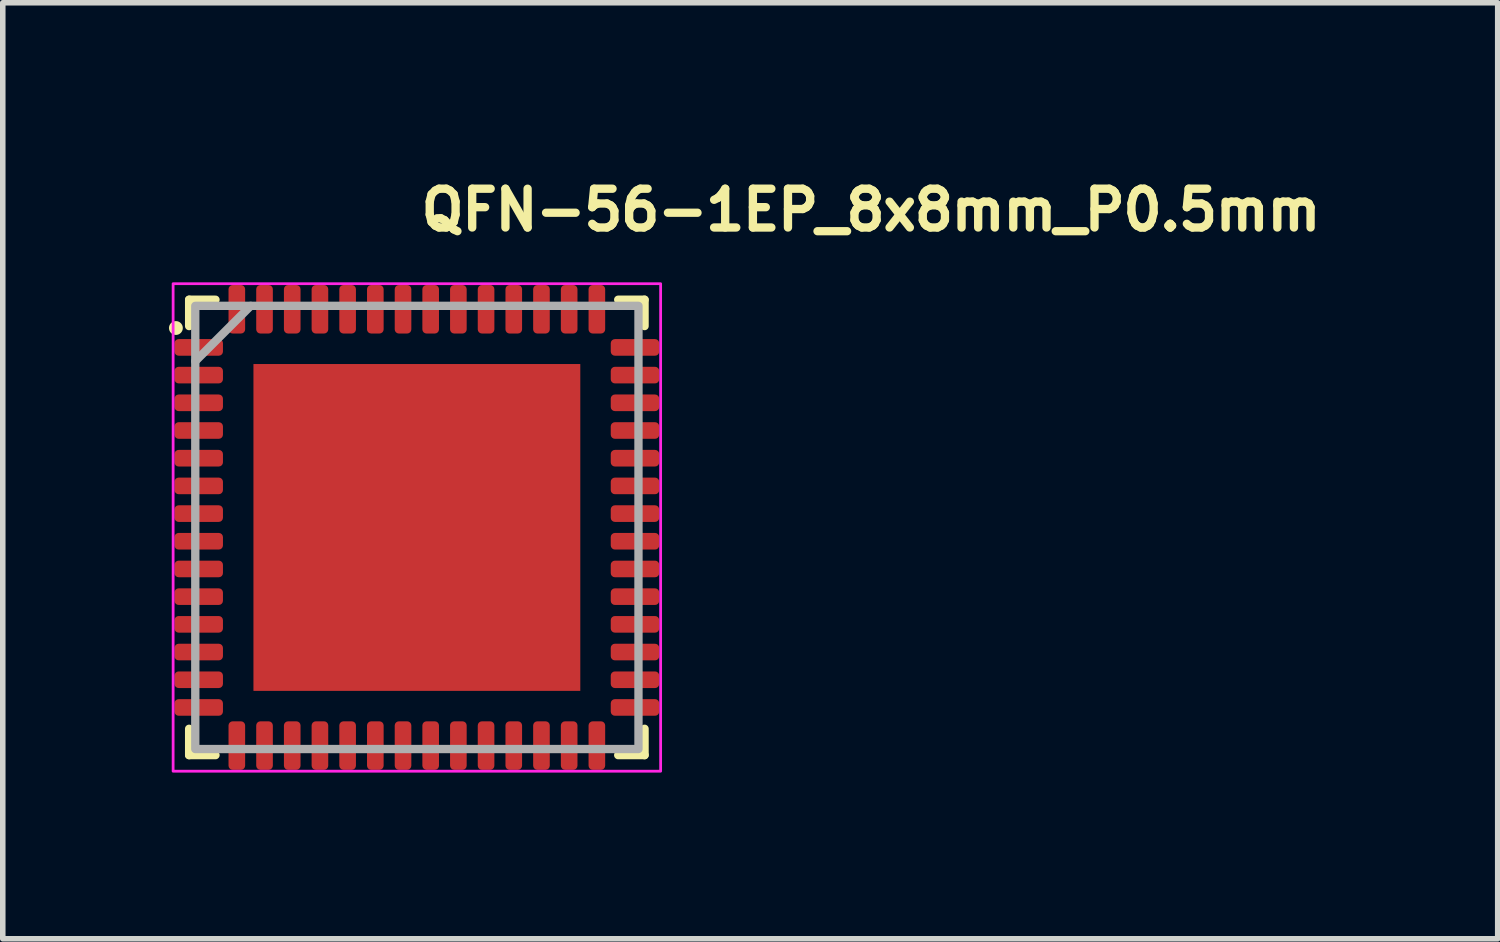
<source format=kicad_pcb>
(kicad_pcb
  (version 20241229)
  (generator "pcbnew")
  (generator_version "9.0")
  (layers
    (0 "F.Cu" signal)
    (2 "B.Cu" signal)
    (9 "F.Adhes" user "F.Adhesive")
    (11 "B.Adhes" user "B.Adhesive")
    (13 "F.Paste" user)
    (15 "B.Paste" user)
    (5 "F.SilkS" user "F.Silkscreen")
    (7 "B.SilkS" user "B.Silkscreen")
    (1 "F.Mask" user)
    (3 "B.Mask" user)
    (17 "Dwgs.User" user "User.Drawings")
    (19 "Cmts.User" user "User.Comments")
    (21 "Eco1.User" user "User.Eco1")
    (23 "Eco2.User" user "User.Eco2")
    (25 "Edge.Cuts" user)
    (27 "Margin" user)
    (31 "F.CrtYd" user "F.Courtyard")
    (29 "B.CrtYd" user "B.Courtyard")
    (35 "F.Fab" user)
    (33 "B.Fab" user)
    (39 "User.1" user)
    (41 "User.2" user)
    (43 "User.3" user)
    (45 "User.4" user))
  (footprint "QFN-56-1EP_8x8mm_P0.5mm"
    (layer "F.Cu")
    (at 4.475 6.471)
    (property "Reference" "QFN-56-1EP_8x8mm_P0.5mm" (at 0 -5.321 0) (layer "F.SilkS") (effects (font (size 0.7 0.7) (thickness 0.15)) (justify left bottom)))
    (attr smd)
    (fp_line (start -4.111 -3.635) (end -4.111 -4.111) (stroke (width 0.15) (type solid)) (layer "F.SilkS"))
    (fp_line (start -4.111 4.11) (end -4.111 3.634) (stroke (width 0.15) (type solid)) (layer "F.SilkS"))
    (fp_line (start -3.635 -4.111) (end -4.111 -4.111) (stroke (width 0.15) (type solid)) (layer "F.SilkS"))
    (fp_line (start -3.635 4.11) (end -4.111 4.11) (stroke (width 0.15) (type solid)) (layer "F.SilkS"))
    (fp_line (start 3.634 -4.111) (end 4.11 -4.111) (stroke (width 0.15) (type solid)) (layer "F.SilkS"))
    (fp_line (start 3.634 4.11) (end 4.11 4.11) (stroke (width 0.15) (type solid)) (layer "F.SilkS"))
    (fp_line (start 4.11 -4.111) (end 4.11 -3.635) (stroke (width 0.15) (type solid)) (layer "F.SilkS"))
    (fp_line (start 4.11 4.11) (end 4.11 3.634) (stroke (width 0.15) (type solid)) (layer "F.SilkS"))
    (fp_circle (center -4.35 -3.6) (end -4.3 -3.6) (stroke (width 0.15) (type solid)) (fill yes) (layer "F.SilkS"))
    (fp_rect (start 4.4 4.4) (end -4.4 -4.4) (stroke (width 0.05) (type solid)) (fill no) (layer "F.CrtYd"))
    (fp_line (start -4 -3) (end -3 -4) (stroke (width 0.15) (type solid)) (layer "F.Fab"))
    (fp_rect (start 4 4) (end -4 -4) (stroke (width 0.15) (type solid)) (fill no) (layer "F.Fab"))
    (fp_rect (start -4.05 -4.05) (end 4.05 4.05) (stroke (width 0.15) (type solid)) (fill no) (layer "User.5"))
    (fp_line (start -4.05 -3.375) (end -4 -3.375) (stroke (width 0.01) (type solid)) (layer "User.9"))
    (fp_line (start -4.05 -3.125) (end -4.05 -3.375) (stroke (width 0.01) (type solid)) (layer "User.9"))
    (fp_line (start -4.05 -3.125) (end -4 -3.125) (stroke (width 0.01) (type solid)) (layer "User.9"))
    (fp_line (start -4.05 -2.875) (end -4 -2.875) (stroke (width 0.01) (type solid)) (layer "User.9"))
    (fp_line (start -4.05 -2.625) (end -4.05 -2.875) (stroke (width 0.01) (type solid)) (layer "User.9"))
    (fp_line (start -4.05 -2.625) (end -4 -2.625) (stroke (width 0.01) (type solid)) (layer "User.9"))
    (fp_line (start -4.05 -2.375) (end -4 -2.375) (stroke (width 0.01) (type solid)) (layer "User.9"))
    (fp_line (start -4.05 -2.125) (end -4.05 -2.375) (stroke (width 0.01) (type solid)) (layer "User.9"))
    (fp_line (start -4.05 -2.125) (end -4 -2.125) (stroke (width 0.01) (type solid)) (layer "User.9"))
    (fp_line (start -4.05 -1.875) (end -4 -1.875) (stroke (width 0.01) (type solid)) (layer "User.9"))
    (fp_line (start -4.05 -1.625) (end -4.05 -1.875) (stroke (width 0.01) (type solid)) (layer "User.9"))
    (fp_line (start -4.05 -1.625) (end -4 -1.625) (stroke (width 0.01) (type solid)) (layer "User.9"))
    (fp_line (start -4.05 -1.375) (end -4 -1.375) (stroke (width 0.01) (type solid)) (layer "User.9"))
    (fp_line (start -4.05 -1.125) (end -4.05 -1.375) (stroke (width 0.01) (type solid)) (layer "User.9"))
    (fp_line (start -4.05 -1.125) (end -4 -1.125) (stroke (width 0.01) (type solid)) (layer "User.9"))
    (fp_line (start -4.05 -0.875) (end -4 -0.875) (stroke (width 0.01) (type solid)) (layer "User.9"))
    (fp_line (start -4.05 -0.625) (end -4.05 -0.875) (stroke (width 0.01) (type solid)) (layer "User.9"))
    (fp_line (start -4.05 -0.625) (end -4 -0.625) (stroke (width 0.01) (type solid)) (layer "User.9"))
    (fp_line (start -4.05 -0.375) (end -4 -0.375) (stroke (width 0.01) (type solid)) (layer "User.9"))
    (fp_line (start -4.05 -0.125) (end -4.05 -0.375) (stroke (width 0.01) (type solid)) (layer "User.9"))
    (fp_line (start -4.05 -0.125) (end -4 -0.125) (stroke (width 0.01) (type solid)) (layer "User.9"))
    (fp_line (start -4.05 0.125) (end -4 0.125) (stroke (width 0.01) (type solid)) (layer "User.9"))
    (fp_line (start -4.05 0.375) (end -4.05 0.125) (stroke (width 0.01) (type solid)) (layer "User.9"))
    (fp_line (start -4.05 0.375) (end -4 0.375) (stroke (width 0.01) (type solid)) (layer "User.9"))
    (fp_line (start -4.05 0.625) (end -4 0.625) (stroke (width 0.01) (type solid)) (layer "User.9"))
    (fp_line (start -4.05 0.875) (end -4.05 0.625) (stroke (width 0.01) (type solid)) (layer "User.9"))
    (fp_line (start -4.05 0.875) (end -4 0.875) (stroke (width 0.01) (type solid)) (layer "User.9"))
    (fp_line (start -4.05 1.125) (end -4 1.125) (stroke (width 0.01) (type solid)) (layer "User.9"))
    (fp_line (start -4.05 1.375) (end -4.05 1.125) (stroke (width 0.01) (type solid)) (layer "User.9"))
    (fp_line (start -4.05 1.375) (end -4 1.375) (stroke (width 0.01) (type solid)) (layer "User.9"))
    (fp_line (start -4.05 1.625) (end -4 1.625) (stroke (width 0.01) (type solid)) (layer "User.9"))
    (fp_line (start -4.05 1.875) (end -4.05 1.625) (stroke (width 0.01) (type solid)) (layer "User.9"))
    (fp_line (start -4.05 1.875) (end -4 1.875) (stroke (width 0.01) (type solid)) (layer "User.9"))
    (fp_line (start -4.05 2.125) (end -4 2.125) (stroke (width 0.01) (type solid)) (layer "User.9"))
    (fp_line (start -4.05 2.375) (end -4.05 2.125) (stroke (width 0.01) (type solid)) (layer "User.9"))
    (fp_line (start -4.05 2.375) (end -4 2.375) (stroke (width 0.01) (type solid)) (layer "User.9"))
    (fp_line (start -4.05 2.625) (end -4 2.625) (stroke (width 0.01) (type solid)) (layer "User.9"))
    (fp_line (start -4.05 2.875) (end -4.05 2.625) (stroke (width 0.01) (type solid)) (layer "User.9"))
    (fp_line (start -4.05 2.875) (end -4 2.875) (stroke (width 0.01) (type solid)) (layer "User.9"))
    (fp_line (start -4.05 3.125) (end -4 3.125) (stroke (width 0.01) (type solid)) (layer "User.9"))
    (fp_line (start -4.05 3.375) (end -4.05 3.125) (stroke (width 0.01) (type solid)) (layer "User.9"))
    (fp_line (start -4.05 3.375) (end -4 3.375) (stroke (width 0.01) (type solid)) (layer "User.9"))
    (fp_line (start -4 -4) (end 4 -4) (stroke (width 0.01) (type solid)) (layer "User.9"))
    (fp_line (start -4 4) (end -4 -4) (stroke (width 0.01) (type solid)) (layer "User.9"))
    (fp_line (start -4 4) (end 4 4) (stroke (width 0.01) (type solid)) (layer "User.9"))
    (fp_line (start -3.375 -4.05) (end -3.375 -4) (stroke (width 0.01) (type solid)) (layer "User.9"))
    (fp_line (start -3.375 -4.05) (end -3.125 -4.05) (stroke (width 0.01) (type solid)) (layer "User.9"))
    (fp_line (start -3.375 4.05) (end -3.375 4) (stroke (width 0.01) (type solid)) (layer "User.9"))
    (fp_line (start -3.375 4.05) (end -3.125 4.05) (stroke (width 0.01) (type solid)) (layer "User.9"))
    (fp_line (start -3.125 -4.05) (end -3.125 -4) (stroke (width 0.01) (type solid)) (layer "User.9"))
    (fp_line (start -3.125 4.05) (end -3.125 4) (stroke (width 0.01) (type solid)) (layer "User.9"))
    (fp_line (start -2.875 -4.05) (end -2.875 -4) (stroke (width 0.01) (type solid)) (layer "User.9"))
    (fp_line (start -2.875 -4.05) (end -2.625 -4.05) (stroke (width 0.01) (type solid)) (layer "User.9"))
    (fp_line (start -2.875 4.05) (end -2.875 4) (stroke (width 0.01) (type solid)) (layer "User.9"))
    (fp_line (start -2.875 4.05) (end -2.625 4.05) (stroke (width 0.01) (type solid)) (layer "User.9"))
    (fp_line (start -2.625 -4.05) (end -2.625 -4) (stroke (width 0.01) (type solid)) (layer "User.9"))
    (fp_line (start -2.625 4.05) (end -2.625 4) (stroke (width 0.01) (type solid)) (layer "User.9"))
    (fp_line (start -2.375 -4.05) (end -2.375 -4) (stroke (width 0.01) (type solid)) (layer "User.9"))
    (fp_line (start -2.375 -4.05) (end -2.125 -4.05) (stroke (width 0.01) (type solid)) (layer "User.9"))
    (fp_line (start -2.375 4.05) (end -2.375 4) (stroke (width 0.01) (type solid)) (layer "User.9"))
    (fp_line (start -2.375 4.05) (end -2.125 4.05) (stroke (width 0.01) (type solid)) (layer "User.9"))
    (fp_line (start -2.125 -4.05) (end -2.125 -4) (stroke (width 0.01) (type solid)) (layer "User.9"))
    (fp_line (start -2.125 4.05) (end -2.125 4) (stroke (width 0.01) (type solid)) (layer "User.9"))
    (fp_line (start -1.875 -4.05) (end -1.875 -4) (stroke (width 0.01) (type solid)) (layer "User.9"))
    (fp_line (start -1.875 -4.05) (end -1.625 -4.05) (stroke (width 0.01) (type solid)) (layer "User.9"))
    (fp_line (start -1.875 4.05) (end -1.875 4) (stroke (width 0.01) (type solid)) (layer "User.9"))
    (fp_line (start -1.875 4.05) (end -1.625 4.05) (stroke (width 0.01) (type solid)) (layer "User.9"))
    (fp_line (start -1.625 -4.05) (end -1.625 -4) (stroke (width 0.01) (type solid)) (layer "User.9"))
    (fp_line (start -1.625 4.05) (end -1.625 4) (stroke (width 0.01) (type solid)) (layer "User.9"))
    (fp_line (start -1.375 -4.05) (end -1.375 -4) (stroke (width 0.01) (type solid)) (layer "User.9"))
    (fp_line (start -1.375 -4.05) (end -1.125 -4.05) (stroke (width 0.01) (type solid)) (layer "User.9"))
    (fp_line (start -1.375 4.05) (end -1.375 4) (stroke (width 0.01) (type solid)) (layer "User.9"))
    (fp_line (start -1.375 4.05) (end -1.125 4.05) (stroke (width 0.01) (type solid)) (layer "User.9"))
    (fp_line (start -1.125 -4.05) (end -1.125 -4) (stroke (width 0.01) (type solid)) (layer "User.9"))
    (fp_line (start -1.125 4.05) (end -1.125 4) (stroke (width 0.01) (type solid)) (layer "User.9"))
    (fp_line (start -0.875 -4.05) (end -0.875 -4) (stroke (width 0.01) (type solid)) (layer "User.9"))
    (fp_line (start -0.875 -4.05) (end -0.625 -4.05) (stroke (width 0.01) (type solid)) (layer "User.9"))
    (fp_line (start -0.875 4.05) (end -0.875 4) (stroke (width 0.01) (type solid)) (layer "User.9"))
    (fp_line (start -0.875 4.05) (end -0.625 4.05) (stroke (width 0.01) (type solid)) (layer "User.9"))
    (fp_line (start -0.625 -4.05) (end -0.625 -4) (stroke (width 0.01) (type solid)) (layer "User.9"))
    (fp_line (start -0.625 4.05) (end -0.625 4) (stroke (width 0.01) (type solid)) (layer "User.9"))
    (fp_line (start -0.375 -4.05) (end -0.375 -4) (stroke (width 0.01) (type solid)) (layer "User.9"))
    (fp_line (start -0.375 -4.05) (end -0.125 -4.05) (stroke (width 0.01) (type solid)) (layer "User.9"))
    (fp_line (start -0.375 4.05) (end -0.375 4) (stroke (width 0.01) (type solid)) (layer "User.9"))
    (fp_line (start -0.375 4.05) (end -0.125 4.05) (stroke (width 0.01) (type solid)) (layer "User.9"))
    (fp_line (start -0.125 -4.05) (end -0.125 -4) (stroke (width 0.01) (type solid)) (layer "User.9"))
    (fp_line (start -0.125 4.05) (end -0.125 4) (stroke (width 0.01) (type solid)) (layer "User.9"))
    (fp_line (start 0.125 -4.05) (end 0.125 -4) (stroke (width 0.01) (type solid)) (layer "User.9"))
    (fp_line (start 0.125 -4.05) (end 0.375 -4.05) (stroke (width 0.01) (type solid)) (layer "User.9"))
    (fp_line (start 0.125 4.05) (end 0.125 4) (stroke (width 0.01) (type solid)) (layer "User.9"))
    (fp_line (start 0.125 4.05) (end 0.375 4.05) (stroke (width 0.01) (type solid)) (layer "User.9"))
    (fp_line (start 0.375 -4.05) (end 0.375 -4) (stroke (width 0.01) (type solid)) (layer "User.9"))
    (fp_line (start 0.375 4.05) (end 0.375 4) (stroke (width 0.01) (type solid)) (layer "User.9"))
    (fp_line (start 0.625 -4.05) (end 0.625 -4) (stroke (width 0.01) (type solid)) (layer "User.9"))
    (fp_line (start 0.625 -4.05) (end 0.875 -4.05) (stroke (width 0.01) (type solid)) (layer "User.9"))
    (fp_line (start 0.625 4.05) (end 0.625 4) (stroke (width 0.01) (type solid)) (layer "User.9"))
    (fp_line (start 0.625 4.05) (end 0.875 4.05) (stroke (width 0.01) (type solid)) (layer "User.9"))
    (fp_line (start 0.875 -4.05) (end 0.875 -4) (stroke (width 0.01) (type solid)) (layer "User.9"))
    (fp_line (start 0.875 4.05) (end 0.875 4) (stroke (width 0.01) (type solid)) (layer "User.9"))
    (fp_line (start 1.125 -4.05) (end 1.125 -4) (stroke (width 0.01) (type solid)) (layer "User.9"))
    (fp_line (start 1.125 -4.05) (end 1.375 -4.05) (stroke (width 0.01) (type solid)) (layer "User.9"))
    (fp_line (start 1.125 4.05) (end 1.125 4) (stroke (width 0.01) (type solid)) (layer "User.9"))
    (fp_line (start 1.125 4.05) (end 1.375 4.05) (stroke (width 0.01) (type solid)) (layer "User.9"))
    (fp_line (start 1.375 -4.05) (end 1.375 -4) (stroke (width 0.01) (type solid)) (layer "User.9"))
    (fp_line (start 1.375 4.05) (end 1.375 4) (stroke (width 0.01) (type solid)) (layer "User.9"))
    (fp_line (start 1.625 -4.05) (end 1.625 -4) (stroke (width 0.01) (type solid)) (layer "User.9"))
    (fp_line (start 1.625 -4.05) (end 1.875 -4.05) (stroke (width 0.01) (type solid)) (layer "User.9"))
    (fp_line (start 1.625 4.05) (end 1.625 4) (stroke (width 0.01) (type solid)) (layer "User.9"))
    (fp_line (start 1.625 4.05) (end 1.875 4.05) (stroke (width 0.01) (type solid)) (layer "User.9"))
    (fp_line (start 1.875 -4.05) (end 1.875 -4) (stroke (width 0.01) (type solid)) (layer "User.9"))
    (fp_line (start 1.875 4.05) (end 1.875 4) (stroke (width 0.01) (type solid)) (layer "User.9"))
    (fp_line (start 2.125 -4.05) (end 2.125 -4) (stroke (width 0.01) (type solid)) (layer "User.9"))
    (fp_line (start 2.125 -4.05) (end 2.375 -4.05) (stroke (width 0.01) (type solid)) (layer "User.9"))
    (fp_line (start 2.125 4.05) (end 2.125 4) (stroke (width 0.01) (type solid)) (layer "User.9"))
    (fp_line (start 2.125 4.05) (end 2.375 4.05) (stroke (width 0.01) (type solid)) (layer "User.9"))
    (fp_line (start 2.375 -4.05) (end 2.375 -4) (stroke (width 0.01) (type solid)) (layer "User.9"))
    (fp_line (start 2.375 4.05) (end 2.375 4) (stroke (width 0.01) (type solid)) (layer "User.9"))
    (fp_line (start 2.625 -4.05) (end 2.625 -4) (stroke (width 0.01) (type solid)) (layer "User.9"))
    (fp_line (start 2.625 -4.05) (end 2.875 -4.05) (stroke (width 0.01) (type solid)) (layer "User.9"))
    (fp_line (start 2.625 4.05) (end 2.625 4) (stroke (width 0.01) (type solid)) (layer "User.9"))
    (fp_line (start 2.625 4.05) (end 2.875 4.05) (stroke (width 0.01) (type solid)) (layer "User.9"))
    (fp_line (start 2.875 -4.05) (end 2.875 -4) (stroke (width 0.01) (type solid)) (layer "User.9"))
    (fp_line (start 2.875 4.05) (end 2.875 4) (stroke (width 0.01) (type solid)) (layer "User.9"))
    (fp_line (start 3.125 -4.05) (end 3.125 -4) (stroke (width 0.01) (type solid)) (layer "User.9"))
    (fp_line (start 3.125 -4.05) (end 3.375 -4.05) (stroke (width 0.01) (type solid)) (layer "User.9"))
    (fp_line (start 3.125 4.05) (end 3.125 4) (stroke (width 0.01) (type solid)) (layer "User.9"))
    (fp_line (start 3.125 4.05) (end 3.375 4.05) (stroke (width 0.01) (type solid)) (layer "User.9"))
    (fp_line (start 3.375 -4.05) (end 3.375 -4) (stroke (width 0.01) (type solid)) (layer "User.9"))
    (fp_line (start 3.375 4.05) (end 3.375 4) (stroke (width 0.01) (type solid)) (layer "User.9"))
    (fp_line (start 4 4) (end 4 -4) (stroke (width 0.01) (type solid)) (layer "User.9"))
    (fp_line (start 4.05 -3.375) (end 4 -3.375) (stroke (width 0.01) (type solid)) (layer "User.9"))
    (fp_line (start 4.05 -3.125) (end 4 -3.125) (stroke (width 0.01) (type solid)) (layer "User.9"))
    (fp_line (start 4.05 -3.125) (end 4.05 -3.375) (stroke (width 0.01) (type solid)) (layer "User.9"))
    (fp_line (start 4.05 -2.875) (end 4 -2.875) (stroke (width 0.01) (type solid)) (layer "User.9"))
    (fp_line (start 4.05 -2.625) (end 4 -2.625) (stroke (width 0.01) (type solid)) (layer "User.9"))
    (fp_line (start 4.05 -2.625) (end 4.05 -2.875) (stroke (width 0.01) (type solid)) (layer "User.9"))
    (fp_line (start 4.05 -2.375) (end 4 -2.375) (stroke (width 0.01) (type solid)) (layer "User.9"))
    (fp_line (start 4.05 -2.125) (end 4 -2.125) (stroke (width 0.01) (type solid)) (layer "User.9"))
    (fp_line (start 4.05 -2.125) (end 4.05 -2.375) (stroke (width 0.01) (type solid)) (layer "User.9"))
    (fp_line (start 4.05 -1.875) (end 4 -1.875) (stroke (width 0.01) (type solid)) (layer "User.9"))
    (fp_line (start 4.05 -1.625) (end 4 -1.625) (stroke (width 0.01) (type solid)) (layer "User.9"))
    (fp_line (start 4.05 -1.625) (end 4.05 -1.875) (stroke (width 0.01) (type solid)) (layer "User.9"))
    (fp_line (start 4.05 -1.375) (end 4 -1.375) (stroke (width 0.01) (type solid)) (layer "User.9"))
    (fp_line (start 4.05 -1.125) (end 4 -1.125) (stroke (width 0.01) (type solid)) (layer "User.9"))
    (fp_line (start 4.05 -1.125) (end 4.05 -1.375) (stroke (width 0.01) (type solid)) (layer "User.9"))
    (fp_line (start 4.05 -0.875) (end 4 -0.875) (stroke (width 0.01) (type solid)) (layer "User.9"))
    (fp_line (start 4.05 -0.625) (end 4 -0.625) (stroke (width 0.01) (type solid)) (layer "User.9"))
    (fp_line (start 4.05 -0.625) (end 4.05 -0.875) (stroke (width 0.01) (type solid)) (layer "User.9"))
    (fp_line (start 4.05 -0.375) (end 4 -0.375) (stroke (width 0.01) (type solid)) (layer "User.9"))
    (fp_line (start 4.05 -0.125) (end 4 -0.125) (stroke (width 0.01) (type solid)) (layer "User.9"))
    (fp_line (start 4.05 -0.125) (end 4.05 -0.375) (stroke (width 0.01) (type solid)) (layer "User.9"))
    (fp_line (start 4.05 0.125) (end 4 0.125) (stroke (width 0.01) (type solid)) (layer "User.9"))
    (fp_line (start 4.05 0.375) (end 4 0.375) (stroke (width 0.01) (type solid)) (layer "User.9"))
    (fp_line (start 4.05 0.375) (end 4.05 0.125) (stroke (width 0.01) (type solid)) (layer "User.9"))
    (fp_line (start 4.05 0.625) (end 4 0.625) (stroke (width 0.01) (type solid)) (layer "User.9"))
    (fp_line (start 4.05 0.875) (end 4 0.875) (stroke (width 0.01) (type solid)) (layer "User.9"))
    (fp_line (start 4.05 0.875) (end 4.05 0.625) (stroke (width 0.01) (type solid)) (layer "User.9"))
    (fp_line (start 4.05 1.125) (end 4 1.125) (stroke (width 0.01) (type solid)) (layer "User.9"))
    (fp_line (start 4.05 1.375) (end 4 1.375) (stroke (width 0.01) (type solid)) (layer "User.9"))
    (fp_line (start 4.05 1.375) (end 4.05 1.125) (stroke (width 0.01) (type solid)) (layer "User.9"))
    (fp_line (start 4.05 1.625) (end 4 1.625) (stroke (width 0.01) (type solid)) (layer "User.9"))
    (fp_line (start 4.05 1.875) (end 4 1.875) (stroke (width 0.01) (type solid)) (layer "User.9"))
    (fp_line (start 4.05 1.875) (end 4.05 1.625) (stroke (width 0.01) (type solid)) (layer "User.9"))
    (fp_line (start 4.05 2.125) (end 4 2.125) (stroke (width 0.01) (type solid)) (layer "User.9"))
    (fp_line (start 4.05 2.375) (end 4 2.375) (stroke (width 0.01) (type solid)) (layer "User.9"))
    (fp_line (start 4.05 2.375) (end 4.05 2.125) (stroke (width 0.01) (type solid)) (layer "User.9"))
    (fp_line (start 4.05 2.625) (end 4 2.625) (stroke (width 0.01) (type solid)) (layer "User.9"))
    (fp_line (start 4.05 2.875) (end 4 2.875) (stroke (width 0.01) (type solid)) (layer "User.9"))
    (fp_line (start 4.05 2.875) (end 4.05 2.625) (stroke (width 0.01) (type solid)) (layer "User.9"))
    (fp_line (start 4.05 3.125) (end 4 3.125) (stroke (width 0.01) (type solid)) (layer "User.9"))
    (fp_line (start 4.05 3.375) (end 4 3.375) (stroke (width 0.01) (type solid)) (layer "User.9"))
    (fp_line (start 4.05 3.375) (end 4.05 3.125) (stroke (width 0.01) (type solid)) (layer "User.9"))
    (fp_circle (center -3.1 -3.1) (end -2.8 -3.1) (stroke (width 0.02) (type solid)) (fill no) (layer "User.9"))
    (pad "" smd roundrect (at -2.101 -2.101) (size 1.13 1.13) (layers "F.Paste") (roundrect_rratio 0.221))
    (pad "" smd roundrect (at -2.101 -0.7) (size 1.13 1.13) (layers "F.Paste") (roundrect_rratio 0.221))
    (pad "" smd roundrect (at -2.101 0.699) (size 1.13 1.13) (layers "F.Paste") (roundrect_rratio 0.221))
    (pad "" smd roundrect (at -2.101 2.1) (size 1.13 1.13) (layers "F.Paste") (roundrect_rratio 0.221))
    (pad "" smd roundrect (at -0.7 -2.101) (size 1.13 1.13) (layers "F.Paste") (roundrect_rratio 0.221))
    (pad "" smd roundrect (at -0.7 -0.7) (size 1.13 1.13) (layers "F.Paste") (roundrect_rratio 0.221))
    (pad "" smd roundrect (at -0.7 0.699) (size 1.13 1.13) (layers "F.Paste") (roundrect_rratio 0.221))
    (pad "" smd roundrect (at -0.7 2.1) (size 1.13 1.13) (layers "F.Paste") (roundrect_rratio 0.221))
    (pad "" smd roundrect (at 0.699 -2.101) (size 1.13 1.13) (layers "F.Paste") (roundrect_rratio 0.221))
    (pad "" smd roundrect (at 0.699 -0.7) (size 1.13 1.13) (layers "F.Paste") (roundrect_rratio 0.221))
    (pad "" smd roundrect (at 0.699 0.699) (size 1.13 1.13) (layers "F.Paste") (roundrect_rratio 0.221))
    (pad "" smd roundrect (at 0.699 2.1) (size 1.13 1.13) (layers "F.Paste") (roundrect_rratio 0.221))
    (pad "" smd roundrect (at 2.1 -2.101) (size 1.13 1.13) (layers "F.Paste") (roundrect_rratio 0.221))
    (pad "" smd roundrect (at 2.1 -0.7) (size 1.13 1.13) (layers "F.Paste") (roundrect_rratio 0.221))
    (pad "" smd roundrect (at 2.1 0.699) (size 1.13 1.13) (layers "F.Paste") (roundrect_rratio 0.221))
    (pad "" smd roundrect (at 2.1 2.1) (size 1.13 1.13) (layers "F.Paste") (roundrect_rratio 0.221))
    (pad "1" smd roundrect (at -3.938 -3.25) (size 0.875 0.3) (layers "F.Cu" "F.Mask" "F.Paste") (roundrect_rratio 0.25))
    (pad "2" smd roundrect (at -3.938 -2.75) (size 0.875 0.3) (layers "F.Cu" "F.Mask" "F.Paste") (roundrect_rratio 0.25))
    (pad "3" smd roundrect (at -3.938 -2.25) (size 0.875 0.3) (layers "F.Cu" "F.Mask" "F.Paste") (roundrect_rratio 0.25))
    (pad "4" smd roundrect (at -3.938 -1.75) (size 0.875 0.3) (layers "F.Cu" "F.Mask" "F.Paste") (roundrect_rratio 0.25))
    (pad "5" smd roundrect (at -3.938 -1.25) (size 0.875 0.3) (layers "F.Cu" "F.Mask" "F.Paste") (roundrect_rratio 0.25))
    (pad "6" smd roundrect (at -3.938 -0.75) (size 0.875 0.3) (layers "F.Cu" "F.Mask" "F.Paste") (roundrect_rratio 0.25))
    (pad "7" smd roundrect (at -3.938 -0.25) (size 0.875 0.3) (layers "F.Cu" "F.Mask" "F.Paste") (roundrect_rratio 0.25))
    (pad "8" smd roundrect (at -3.938 0.249) (size 0.875 0.3) (layers "F.Cu" "F.Mask" "F.Paste") (roundrect_rratio 0.25))
    (pad "9" smd roundrect (at -3.938 0.749) (size 0.875 0.3) (layers "F.Cu" "F.Mask" "F.Paste") (roundrect_rratio 0.25))
    (pad "10" smd roundrect (at -3.938 1.249) (size 0.875 0.3) (layers "F.Cu" "F.Mask" "F.Paste") (roundrect_rratio 0.25))
    (pad "11" smd roundrect (at -3.938 1.749) (size 0.875 0.3) (layers "F.Cu" "F.Mask" "F.Paste") (roundrect_rratio 0.25))
    (pad "12" smd roundrect (at -3.938 2.249) (size 0.875 0.3) (layers "F.Cu" "F.Mask" "F.Paste") (roundrect_rratio 0.25))
    (pad "13" smd roundrect (at -3.938 2.749) (size 0.875 0.3) (layers "F.Cu" "F.Mask" "F.Paste") (roundrect_rratio 0.25))
    (pad "14" smd roundrect (at -3.938 3.249) (size 0.875 0.3) (layers "F.Cu" "F.Mask" "F.Paste") (roundrect_rratio 0.25))
    (pad "15" smd roundrect (at -3.25 3.937 90) (size 0.875 0.3) (layers "F.Cu" "F.Mask" "F.Paste") (roundrect_rratio 0.25))
    (pad "16" smd roundrect (at -2.75 3.937 90) (size 0.875 0.3) (layers "F.Cu" "F.Mask" "F.Paste") (roundrect_rratio 0.25))
    (pad "17" smd roundrect (at -2.25 3.937 90) (size 0.875 0.3) (layers "F.Cu" "F.Mask" "F.Paste") (roundrect_rratio 0.25))
    (pad "18" smd roundrect (at -1.75 3.937 90) (size 0.875 0.3) (layers "F.Cu" "F.Mask" "F.Paste") (roundrect_rratio 0.25))
    (pad "19" smd roundrect (at -1.25 3.937 90) (size 0.875 0.3) (layers "F.Cu" "F.Mask" "F.Paste") (roundrect_rratio 0.25))
    (pad "20" smd roundrect (at -0.75 3.937 90) (size 0.875 0.3) (layers "F.Cu" "F.Mask" "F.Paste") (roundrect_rratio 0.25))
    (pad "21" smd roundrect (at -0.25 3.937 90) (size 0.875 0.3) (layers "F.Cu" "F.Mask" "F.Paste") (roundrect_rratio 0.25))
    (pad "22" smd roundrect (at 0.249 3.937 90) (size 0.875 0.3) (layers "F.Cu" "F.Mask" "F.Paste") (roundrect_rratio 0.25))
    (pad "23" smd roundrect (at 0.749 3.937 90) (size 0.875 0.3) (layers "F.Cu" "F.Mask" "F.Paste") (roundrect_rratio 0.25))
    (pad "24" smd roundrect (at 1.249 3.937 90) (size 0.875 0.3) (layers "F.Cu" "F.Mask" "F.Paste") (roundrect_rratio 0.25))
    (pad "25" smd roundrect (at 1.749 3.937 90) (size 0.875 0.3) (layers "F.Cu" "F.Mask" "F.Paste") (roundrect_rratio 0.25))
    (pad "26" smd roundrect (at 2.249 3.937 90) (size 0.875 0.3) (layers "F.Cu" "F.Mask" "F.Paste") (roundrect_rratio 0.25))
    (pad "27" smd roundrect (at 2.749 3.937 90) (size 0.875 0.3) (layers "F.Cu" "F.Mask" "F.Paste") (roundrect_rratio 0.25))
    (pad "28" smd roundrect (at 3.249 3.937 90) (size 0.875 0.3) (layers "F.Cu" "F.Mask" "F.Paste") (roundrect_rratio 0.25))
    (pad "29" smd roundrect (at 3.937 3.249) (size 0.875 0.3) (layers "F.Cu" "F.Mask" "F.Paste") (roundrect_rratio 0.25))
    (pad "30" smd roundrect (at 3.937 2.749) (size 0.875 0.3) (layers "F.Cu" "F.Mask" "F.Paste") (roundrect_rratio 0.25))
    (pad "31" smd roundrect (at 3.937 2.249) (size 0.875 0.3) (layers "F.Cu" "F.Mask" "F.Paste") (roundrect_rratio 0.25))
    (pad "32" smd roundrect (at 3.937 1.749) (size 0.875 0.3) (layers "F.Cu" "F.Mask" "F.Paste") (roundrect_rratio 0.25))
    (pad "33" smd roundrect (at 3.937 1.249) (size 0.875 0.3) (layers "F.Cu" "F.Mask" "F.Paste") (roundrect_rratio 0.25))
    (pad "34" smd roundrect (at 3.937 0.749) (size 0.875 0.3) (layers "F.Cu" "F.Mask" "F.Paste") (roundrect_rratio 0.25))
    (pad "35" smd roundrect (at 3.937 0.249) (size 0.875 0.3) (layers "F.Cu" "F.Mask" "F.Paste") (roundrect_rratio 0.25))
    (pad "36" smd roundrect (at 3.937 -0.25) (size 0.875 0.3) (layers "F.Cu" "F.Mask" "F.Paste") (roundrect_rratio 0.25))
    (pad "37" smd roundrect (at 3.937 -0.75) (size 0.875 0.3) (layers "F.Cu" "F.Mask" "F.Paste") (roundrect_rratio 0.25))
    (pad "38" smd roundrect (at 3.937 -1.25) (size 0.875 0.3) (layers "F.Cu" "F.Mask" "F.Paste") (roundrect_rratio 0.25))
    (pad "39" smd roundrect (at 3.937 -1.75) (size 0.875 0.3) (layers "F.Cu" "F.Mask" "F.Paste") (roundrect_rratio 0.25))
    (pad "40" smd roundrect (at 3.937 -2.25) (size 0.875 0.3) (layers "F.Cu" "F.Mask" "F.Paste") (roundrect_rratio 0.25))
    (pad "41" smd roundrect (at 3.937 -2.75) (size 0.875 0.3) (layers "F.Cu" "F.Mask" "F.Paste") (roundrect_rratio 0.25))
    (pad "42" smd roundrect (at 3.937 -3.25) (size 0.875 0.3) (layers "F.Cu" "F.Mask" "F.Paste") (roundrect_rratio 0.25))
    (pad "43" smd roundrect (at 3.249 -3.938 90) (size 0.875 0.3) (layers "F.Cu" "F.Mask" "F.Paste") (roundrect_rratio 0.25))
    (pad "44" smd roundrect (at 2.749 -3.938 90) (size 0.875 0.3) (layers "F.Cu" "F.Mask" "F.Paste") (roundrect_rratio 0.25))
    (pad "45" smd roundrect (at 2.249 -3.938 90) (size 0.875 0.3) (layers "F.Cu" "F.Mask" "F.Paste") (roundrect_rratio 0.25))
    (pad "46" smd roundrect (at 1.749 -3.938 90) (size 0.875 0.3) (layers "F.Cu" "F.Mask" "F.Paste") (roundrect_rratio 0.25))
    (pad "47" smd roundrect (at 1.249 -3.938 90) (size 0.875 0.3) (layers "F.Cu" "F.Mask" "F.Paste") (roundrect_rratio 0.25))
    (pad "48" smd roundrect (at 0.749 -3.938 90) (size 0.875 0.3) (layers "F.Cu" "F.Mask" "F.Paste") (roundrect_rratio 0.25))
    (pad "49" smd roundrect (at 0.249 -3.938 90) (size 0.875 0.3) (layers "F.Cu" "F.Mask" "F.Paste") (roundrect_rratio 0.25))
    (pad "50" smd roundrect (at -0.25 -3.938 90) (size 0.875 0.3) (layers "F.Cu" "F.Mask" "F.Paste") (roundrect_rratio 0.25))
    (pad "51" smd roundrect (at -0.75 -3.938 90) (size 0.875 0.3) (layers "F.Cu" "F.Mask" "F.Paste") (roundrect_rratio 0.25))
    (pad "52" smd roundrect (at -1.25 -3.938 90) (size 0.875 0.3) (layers "F.Cu" "F.Mask" "F.Paste") (roundrect_rratio 0.25))
    (pad "53" smd roundrect (at -1.75 -3.938 90) (size 0.875 0.3) (layers "F.Cu" "F.Mask" "F.Paste") (roundrect_rratio 0.25))
    (pad "54" smd roundrect (at -2.25 -3.938 90) (size 0.875 0.3) (layers "F.Cu" "F.Mask" "F.Paste") (roundrect_rratio 0.25))
    (pad "55" smd roundrect (at -2.75 -3.938 90) (size 0.875 0.3) (layers "F.Cu" "F.Mask" "F.Paste") (roundrect_rratio 0.25))
    (pad "56" smd roundrect (at -3.25 -3.938 90) (size 0.875 0.3) (layers "F.Cu" "F.Mask" "F.Paste") (roundrect_rratio 0.25))
    (pad "57" smd rect (at 0 0) (size 5.9 5.9) (layers "F.Cu" "F.Mask")))
  (gr_rect
    (start -3 -3)
    (end 23.985 13.896)
    (stroke (width 0.1) (type default))
    (fill no)
    (layer "Edge.Cuts")))
</source>
